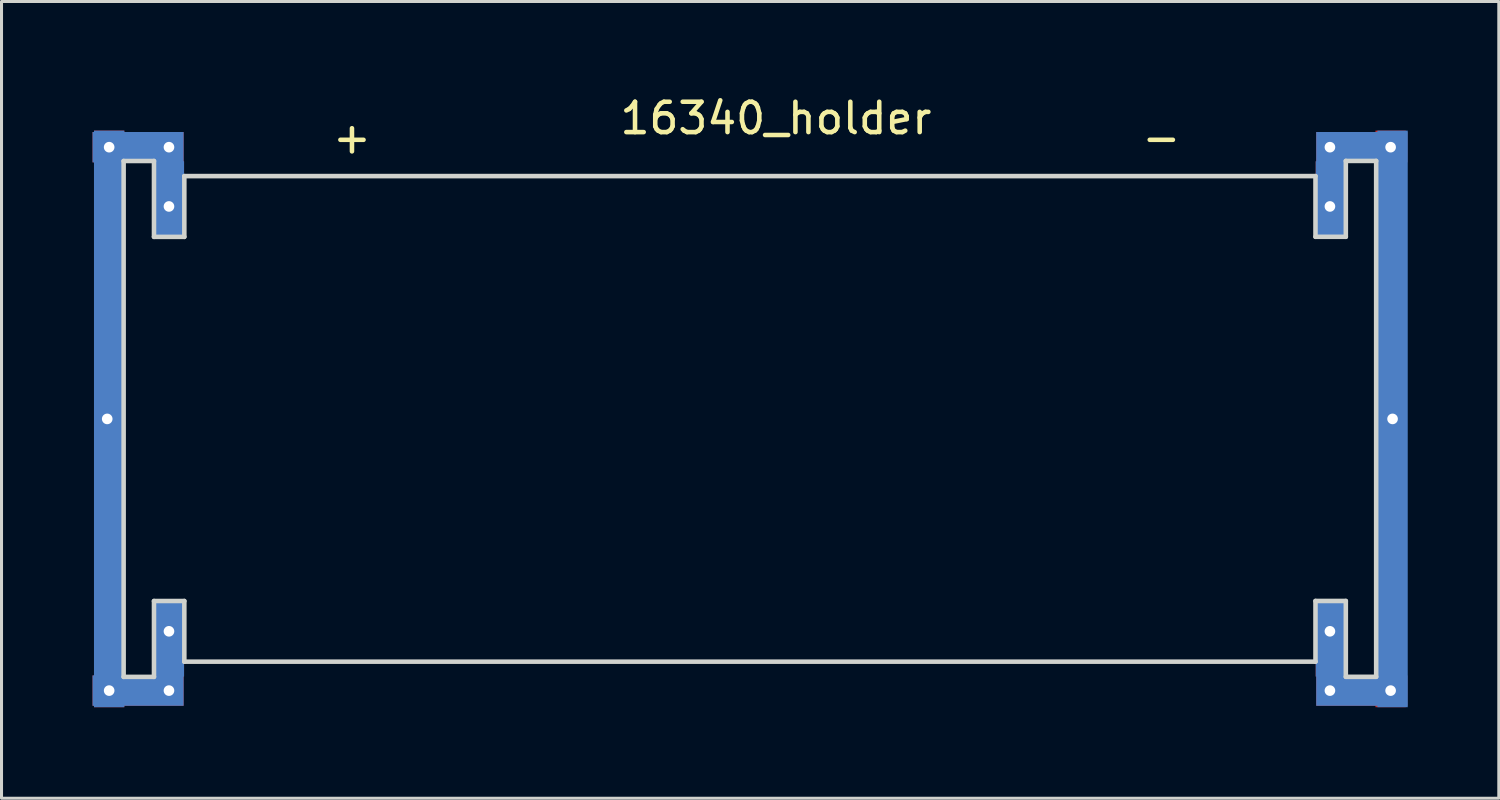
<source format=kicad_pcb>
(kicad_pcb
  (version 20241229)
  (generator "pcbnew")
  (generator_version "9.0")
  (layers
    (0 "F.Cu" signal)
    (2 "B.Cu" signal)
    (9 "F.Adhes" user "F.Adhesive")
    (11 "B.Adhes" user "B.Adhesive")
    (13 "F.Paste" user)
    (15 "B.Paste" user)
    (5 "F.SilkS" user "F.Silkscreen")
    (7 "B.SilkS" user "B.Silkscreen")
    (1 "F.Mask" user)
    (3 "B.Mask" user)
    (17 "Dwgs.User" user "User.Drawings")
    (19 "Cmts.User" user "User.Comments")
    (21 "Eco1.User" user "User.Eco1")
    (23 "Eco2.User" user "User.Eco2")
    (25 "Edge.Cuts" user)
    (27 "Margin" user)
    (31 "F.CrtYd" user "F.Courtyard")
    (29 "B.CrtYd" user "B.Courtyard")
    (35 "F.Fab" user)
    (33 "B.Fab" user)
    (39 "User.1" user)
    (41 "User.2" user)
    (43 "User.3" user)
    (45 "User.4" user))
  (footprint "16340_holder"
    (layer "F.Cu")
    (at 22.518 2.753)
    (property "Reference" "16340_holder" (at 0 -1.905 0) (layer "F.SilkS") (effects (font (size 1 1) (thickness 0.15))))
    (attr through_hole)
    (fp_line (start -21.494 -0.498) (end -21.494 16.502) (stroke (width 0.15) (type solid)) (layer "Edge.Cuts"))
    (fp_line (start -21.494 16.502) (end -20.494 16.502) (stroke (width 0.15) (type solid)) (layer "Edge.Cuts"))
    (fp_line (start -20.494 -0.498) (end -21.494 -0.498) (stroke (width 0.15) (type solid)) (layer "Edge.Cuts"))
    (fp_line (start -20.494 2.002) (end -20.494 -0.498) (stroke (width 0.15) (type solid)) (layer "Edge.Cuts"))
    (fp_line (start -20.494 14.002) (end -19.494 14.002) (stroke (width 0.15) (type solid)) (layer "Edge.Cuts"))
    (fp_line (start -20.494 16.502) (end -20.494 14.002) (stroke (width 0.15) (type solid)) (layer "Edge.Cuts"))
    (fp_line (start -19.494 0) (end -19.494 2.002) (stroke (width 0.15) (type solid)) (layer "Edge.Cuts"))
    (fp_line (start -19.494 0) (end 17.78 0) (stroke (width 0.15) (type solid)) (layer "Edge.Cuts"))
    (fp_line (start -19.494 2.002) (end -20.494 2.002) (stroke (width 0.15) (type solid)) (layer "Edge.Cuts"))
    (fp_line (start -19.494 16.002) (end -19.494 14.002) (stroke (width 0.15) (type solid)) (layer "Edge.Cuts"))
    (fp_line (start 17.78 0) (end 17.78 2) (stroke (width 0.15) (type solid)) (layer "Edge.Cuts"))
    (fp_line (start 17.78 14) (end 18.78 14) (stroke (width 0.15) (type solid)) (layer "Edge.Cuts"))
    (fp_line (start 17.78 16) (end -19.494 16) (stroke (width 0.15) (type solid)) (layer "Edge.Cuts"))
    (fp_line (start 17.78 16.002) (end 17.78 14) (stroke (width 0.15) (type solid)) (layer "Edge.Cuts"))
    (fp_line (start 18.78 -0.5) (end 18.78 2) (stroke (width 0.15) (type solid)) (layer "Edge.Cuts"))
    (fp_line (start 18.78 2) (end 17.78 2) (stroke (width 0.15) (type solid)) (layer "Edge.Cuts"))
    (fp_line (start 18.78 14) (end 18.78 16.5) (stroke (width 0.15) (type solid)) (layer "Edge.Cuts"))
    (fp_line (start 18.78 16.5) (end 19.78 16.5) (stroke (width 0.15) (type solid)) (layer "Edge.Cuts"))
    (fp_line (start 19.78 -0.5) (end 18.78 -0.5) (stroke (width 0.15) (type solid)) (layer "Edge.Cuts"))
    (fp_line (start 19.78 16.5) (end 19.78 -0.5) (stroke (width 0.15) (type solid)) (layer "Edge.Cuts"))
    (fp_text user "-" (at 12.7 -1.27 0) (layer "F.SilkS") (effects (font (size 1 1) (thickness 0.15))))
    (fp_text user "+" (at -13.97 -1.27 0) (layer "F.SilkS") (effects (font (size 1 1) (thickness 0.15))))
    (pad "1" thru_hole circle (at -22.035 8.001 180) (size 0.5 0.5) (drill 0.35) (layers "*.Cu" "*.Mask"))
    (pad "1" thru_hole circle (at -21.971 -0.953 180) (size 0.5 0.5) (drill 0.35) (layers "*.Cu" "*.Mask"))
    (pad "1" smd rect (at -21.971 8.001 180) (size 1 19) (layers "F.Cu" "F.Mask" "F.Paste"))
    (pad "1" smd rect (at -21.971 8.001 180) (size 1 19) (layers "B.Cu" "B.Mask" "B.Paste"))
    (pad "1" thru_hole circle (at -21.971 16.954 180) (size 0.5 0.5) (drill 0.35) (layers "*.Cu" "*.Mask"))
    (pad "1" smd rect (at -21.018 -0.953 90) (size 1 3) (layers "F.Cu" "F.Mask" "F.Paste"))
    (pad "1" smd rect (at -21.018 -0.953 90) (size 1 3) (layers "B.Cu" "B.Mask" "B.Paste"))
    (pad "1" smd rect (at -21.018 16.954 90) (size 1 3) (layers "F.Cu" "F.Mask" "F.Paste"))
    (pad "1" smd rect (at -21.018 16.954 90) (size 1 3) (layers "B.Cu" "B.Mask" "B.Paste"))
    (pad "1" smd rect (at -20.003 0.762) (size 1 2.5) (layers "F.Cu" "F.Mask" "F.Paste"))
    (pad "1" smd rect (at -20.003 0.762) (size 1 2.5) (layers "B.Cu" "B.Mask" "B.Paste"))
    (pad "1" smd rect (at -20.003 15.24) (size 1 2.5) (layers "F.Cu" "F.Mask" "F.Paste"))
    (pad "1" smd rect (at -20.003 15.24) (size 1 2.5) (layers "B.Cu" "B.Mask" "B.Paste"))
    (pad "1" thru_hole circle (at -20 -0.953 180) (size 0.5 0.5) (drill 0.35) (layers "*.Cu" "*.Mask"))
    (pad "1" thru_hole circle (at -20 1 180) (size 0.5 0.5) (drill 0.35) (layers "*.Cu" "*.Mask"))
    (pad "1" thru_hole circle (at -20 15 180) (size 0.5 0.5) (drill 0.35) (layers "*.Cu" "*.Mask"))
    (pad "1" thru_hole circle (at -20 16.954 180) (size 0.5 0.5) (drill 0.35) (layers "*.Cu" "*.Mask"))
    (pad "2" thru_hole circle (at 18.256 -0.953) (size 0.5 0.5) (drill 0.35) (layers "*.Cu" "*.Mask"))
    (pad "2" thru_hole circle (at 18.256 1) (size 0.5 0.5) (drill 0.35) (layers "*.Cu" "*.Mask"))
    (pad "2" thru_hole circle (at 18.256 15) (size 0.5 0.5) (drill 0.35) (layers "*.Cu" "*.Mask"))
    (pad "2" thru_hole circle (at 18.256 16.954) (size 0.5 0.5) (drill 0.35) (layers "*.Cu" "*.Mask"))
    (pad "2" smd rect (at 18.288 0.762 180) (size 1 2.5) (layers "F.Cu" "F.Mask" "F.Paste"))
    (pad "2" smd rect (at 18.288 0.762 180) (size 1 2.5) (layers "B.Cu" "B.Mask" "B.Paste"))
    (pad "2" smd rect (at 18.288 15.24 180) (size 1 2.5) (layers "F.Cu" "F.Mask" "F.Paste"))
    (pad "2" smd rect (at 18.288 15.24 180) (size 1 2.5) (layers "B.Cu" "B.Mask" "B.Paste"))
    (pad "2" smd rect (at 19.304 -0.953 270) (size 1 3) (layers "F.Cu" "F.Mask" "F.Paste"))
    (pad "2" smd rect (at 19.304 -0.953 270) (size 1 3) (layers "B.Cu" "B.Mask" "B.Paste"))
    (pad "2" smd rect (at 19.304 16.954 270) (size 1 3) (layers "F.Cu" "F.Mask" "F.Paste"))
    (pad "2" smd rect (at 19.304 16.954 270) (size 1 3) (layers "B.Cu" "B.Mask" "B.Paste"))
    (pad "2" thru_hole circle (at 20.256 -0.953) (size 0.5 0.5) (drill 0.35) (layers "*.Cu" "*.Mask"))
    (pad "2" smd rect (at 20.256 8.001) (size 1 19) (layers "F.Cu" "F.Mask" "F.Paste"))
    (pad "2" thru_hole circle (at 20.256 16.954) (size 0.5 0.5) (drill 0.35) (layers "*.Cu" "*.Mask"))
    (pad "2" thru_hole circle (at 20.32 8.001) (size 0.5 0.5) (drill 0.35) (layers "*.Cu" "*.Mask"))
    (pad "2" smd rect (at 20.32 8.001 180) (size 1 19) (layers "B.Cu" "B.Mask" "B.Paste")))
  (gr_rect
    (start -3 -3)
    (end 46.339 23.254)
    (stroke (width 0.1) (type default))
    (fill no)
    (layer "Edge.Cuts")))
</source>
